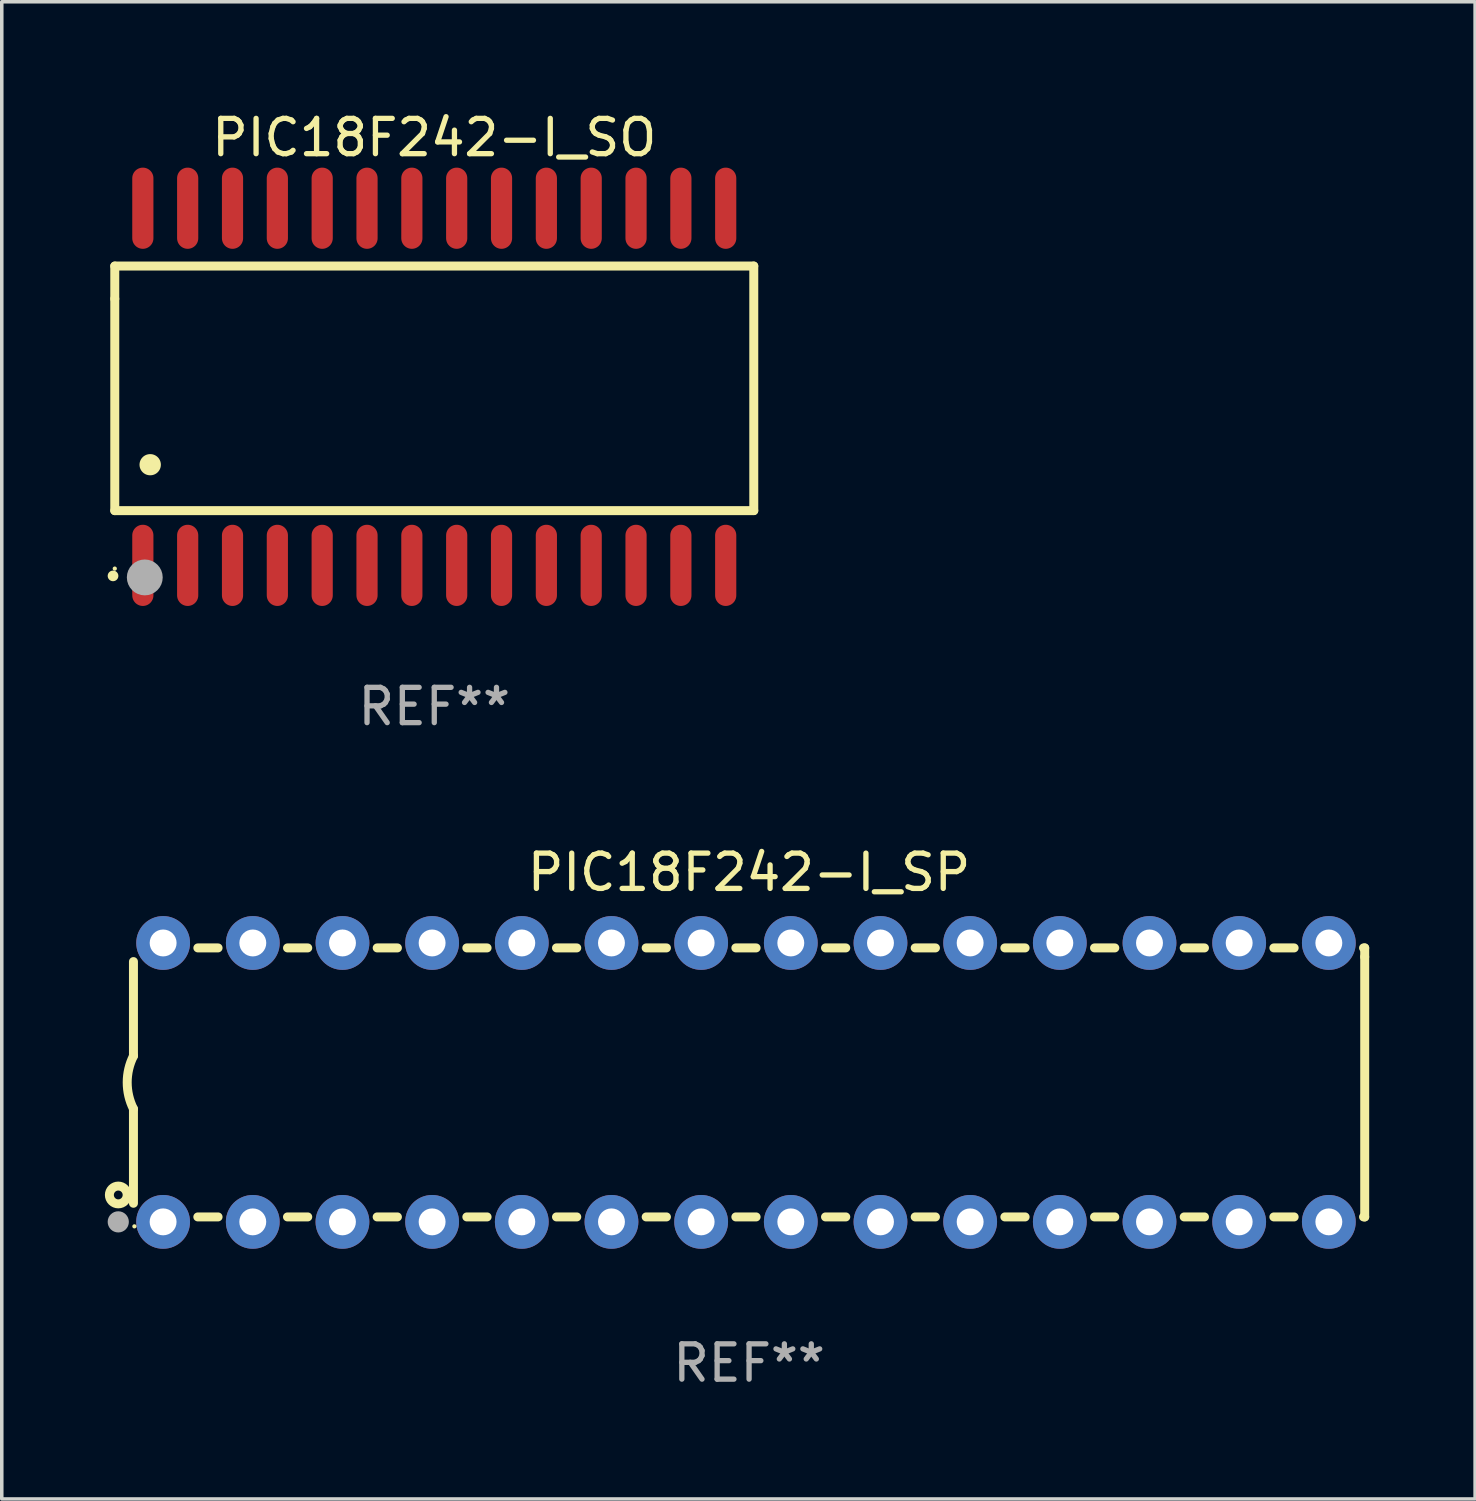
<source format=kicad_pcb>
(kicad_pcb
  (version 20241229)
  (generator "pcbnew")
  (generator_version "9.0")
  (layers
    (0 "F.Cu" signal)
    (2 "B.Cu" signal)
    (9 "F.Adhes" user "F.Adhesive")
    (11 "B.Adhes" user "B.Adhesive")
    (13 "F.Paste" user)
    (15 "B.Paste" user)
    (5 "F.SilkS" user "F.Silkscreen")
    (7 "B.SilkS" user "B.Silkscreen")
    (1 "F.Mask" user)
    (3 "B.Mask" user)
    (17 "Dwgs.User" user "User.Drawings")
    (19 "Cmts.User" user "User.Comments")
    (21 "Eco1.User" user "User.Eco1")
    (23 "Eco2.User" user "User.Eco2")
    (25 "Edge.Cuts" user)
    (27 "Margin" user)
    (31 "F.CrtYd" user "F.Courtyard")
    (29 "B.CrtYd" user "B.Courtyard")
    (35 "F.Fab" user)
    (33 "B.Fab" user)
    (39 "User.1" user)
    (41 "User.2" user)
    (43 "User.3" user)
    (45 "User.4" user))
  (footprint "PIC18F242-I_SP"
    (layer "F.Cu")
    (at 18.168 27.61)
    (property "Reference" "PIC18F242-I_SP" (at 0 -5.95 0) (layer "F.SilkS") (effects (font (size 1 1) (thickness 0.15))))
    (attr through_hole)
    (fp_line (start -17.438 0.75) (end -17.438 3.423) (stroke (width 0.254) (type solid)) (layer "F.SilkS"))
    (fp_line (start -17.438 -3.423) (end -17.438 -0.75) (stroke (width 0.254) (type solid)) (layer "F.SilkS"))
    (fp_line (start -15.615 3.81) (end -15.041 3.81) (stroke (width 0.254) (type solid)) (layer "F.SilkS"))
    (fp_line (start -15.041 -3.81) (end -15.614 -3.81) (stroke (width 0.254) (type solid)) (layer "F.SilkS"))
    (fp_line (start -13.075 3.81) (end -12.501 3.81) (stroke (width 0.254) (type solid)) (layer "F.SilkS"))
    (fp_line (start -12.501 -3.81) (end -13.074 -3.81) (stroke (width 0.254) (type solid)) (layer "F.SilkS"))
    (fp_line (start -10.535 3.81) (end -9.961 3.81) (stroke (width 0.254) (type solid)) (layer "F.SilkS"))
    (fp_line (start -9.961 -3.81) (end -10.534 -3.81) (stroke (width 0.254) (type solid)) (layer "F.SilkS"))
    (fp_line (start -7.995 3.81) (end -7.421 3.81) (stroke (width 0.254) (type solid)) (layer "F.SilkS"))
    (fp_line (start -7.421 -3.81) (end -7.995 -3.81) (stroke (width 0.254) (type solid)) (layer "F.SilkS"))
    (fp_line (start -5.455 3.81) (end -4.881 3.81) (stroke (width 0.254) (type solid)) (layer "F.SilkS"))
    (fp_line (start -4.881 -3.81) (end -5.455 -3.81) (stroke (width 0.254) (type solid)) (layer "F.SilkS"))
    (fp_line (start -2.915 3.81) (end -2.341 3.81) (stroke (width 0.254) (type solid)) (layer "F.SilkS"))
    (fp_line (start -2.341 -3.81) (end -2.915 -3.81) (stroke (width 0.254) (type solid)) (layer "F.SilkS"))
    (fp_line (start -0.375 3.81) (end 0.199 3.81) (stroke (width 0.254) (type solid)) (layer "F.SilkS"))
    (fp_line (start 0.199 -3.81) (end -0.375 -3.81) (stroke (width 0.254) (type solid)) (layer "F.SilkS"))
    (fp_line (start 2.165 3.81) (end 2.739 3.81) (stroke (width 0.254) (type solid)) (layer "F.SilkS"))
    (fp_line (start 2.739 -3.81) (end 2.165 -3.81) (stroke (width 0.254) (type solid)) (layer "F.SilkS"))
    (fp_line (start 4.705 3.81) (end 5.279 3.81) (stroke (width 0.254) (type solid)) (layer "F.SilkS"))
    (fp_line (start 5.279 -3.81) (end 4.705 -3.81) (stroke (width 0.254) (type solid)) (layer "F.SilkS"))
    (fp_line (start 7.245 3.81) (end 7.819 3.81) (stroke (width 0.254) (type solid)) (layer "F.SilkS"))
    (fp_line (start 7.819 -3.81) (end 7.245 -3.81) (stroke (width 0.254) (type solid)) (layer "F.SilkS"))
    (fp_line (start 9.785 3.81) (end 10.359 3.81) (stroke (width 0.254) (type solid)) (layer "F.SilkS"))
    (fp_line (start 10.359 -3.81) (end 9.785 -3.81) (stroke (width 0.254) (type solid)) (layer "F.SilkS"))
    (fp_line (start 12.325 3.81) (end 12.899 3.81) (stroke (width 0.254) (type solid)) (layer "F.SilkS"))
    (fp_line (start 12.899 -3.81) (end 12.325 -3.81) (stroke (width 0.254) (type solid)) (layer "F.SilkS"))
    (fp_line (start 14.865 3.81) (end 15.439 3.81) (stroke (width 0.254) (type solid)) (layer "F.SilkS"))
    (fp_line (start 15.439 -3.81) (end 14.865 -3.81) (stroke (width 0.254) (type solid)) (layer "F.SilkS"))
    (fp_line (start 17.405 3.81) (end 17.438 3.81) (stroke (width 0.254) (type solid)) (layer "F.SilkS"))
    (fp_line (start 17.438 -3.81) (end 17.405 -3.81) (stroke (width 0.254) (type solid)) (layer "F.SilkS"))
    (fp_line (start 17.438 -3.556) (end 17.438 -3.81) (stroke (width 0.254) (type solid)) (layer "F.SilkS"))
    (fp_line (start 17.438 3.81) (end 17.438 -3.556) (stroke (width 0.254) (type solid)) (layer "F.SilkS"))
    (fp_arc (start -17.437986 0.749657) (mid -17.614887 -0.000024) (end -17.437783 -0.749657) (stroke (width 0.254001) (type solid)) (layer "F.SilkS"))
    (fp_circle (center -17.868 3.188) (end -17.743 3.188) (stroke (width 0.254) (type solid)) (fill no) (layer "F.SilkS"))
    (fp_circle (center -17.411 4.077) (end -17.381 4.077) (stroke (width 0.06) (type solid)) (fill no) (layer "F.SilkS"))
    (fp_circle (center -17.868 3.95) (end -17.718 3.95) (stroke (width 0.3) (type solid)) (fill no) (layer "F.Fab"))
    (fp_text user "REF**" (at 0 7.95 0) (layer "F.Fab") (effects (font (size 1 1) (thickness 0.15))))
    (pad "1" thru_hole circle (at -16.598 3.95) (size 1.524 1.524) (drill 0.762) (layers "*.Cu" "*.Mask"))
    (pad "2" thru_hole circle (at -14.058 3.95) (size 1.524 1.524) (drill 0.762) (layers "*.Cu" "*.Mask"))
    (pad "3" thru_hole circle (at -11.518 3.95) (size 1.524 1.524) (drill 0.762) (layers "*.Cu" "*.Mask"))
    (pad "4" thru_hole circle (at -8.978 3.95) (size 1.524 1.524) (drill 0.762) (layers "*.Cu" "*.Mask"))
    (pad "5" thru_hole circle (at -6.438 3.95) (size 1.524 1.524) (drill 0.762) (layers "*.Cu" "*.Mask"))
    (pad "6" thru_hole circle (at -3.898 3.95) (size 1.524 1.524) (drill 0.762) (layers "*.Cu" "*.Mask"))
    (pad "7" thru_hole circle (at -1.358 3.95) (size 1.524 1.524) (drill 0.762) (layers "*.Cu" "*.Mask"))
    (pad "8" thru_hole circle (at 1.182 3.95) (size 1.524 1.524) (drill 0.762) (layers "*.Cu" "*.Mask"))
    (pad "9" thru_hole circle (at 3.722 3.95) (size 1.524 1.524) (drill 0.762) (layers "*.Cu" "*.Mask"))
    (pad "10" thru_hole circle (at 6.262 3.95) (size 1.524 1.524) (drill 0.762) (layers "*.Cu" "*.Mask"))
    (pad "11" thru_hole circle (at 8.802 3.95) (size 1.524 1.524) (drill 0.762) (layers "*.Cu" "*.Mask"))
    (pad "12" thru_hole circle (at 11.342 3.95) (size 1.524 1.524) (drill 0.762) (layers "*.Cu" "*.Mask"))
    (pad "13" thru_hole circle (at 13.882 3.95) (size 1.524 1.524) (drill 0.762) (layers "*.Cu" "*.Mask"))
    (pad "14" thru_hole circle (at 16.422 3.95) (size 1.524 1.524) (drill 0.762) (layers "*.Cu" "*.Mask"))
    (pad "15" thru_hole circle (at 16.422 -3.95) (size 1.524 1.524) (drill 0.762) (layers "*.Cu" "*.Mask"))
    (pad "16" thru_hole circle (at 13.882 -3.95) (size 1.524 1.524) (drill 0.762) (layers "*.Cu" "*.Mask"))
    (pad "17" thru_hole circle (at 11.342 -3.95) (size 1.524 1.524) (drill 0.762) (layers "*.Cu" "*.Mask"))
    (pad "18" thru_hole circle (at 8.802 -3.95) (size 1.524 1.524) (drill 0.762) (layers "*.Cu" "*.Mask"))
    (pad "19" thru_hole circle (at 6.262 -3.95) (size 1.524 1.524) (drill 0.762) (layers "*.Cu" "*.Mask"))
    (pad "20" thru_hole circle (at 3.722 -3.95) (size 1.524 1.524) (drill 0.762) (layers "*.Cu" "*.Mask"))
    (pad "21" thru_hole circle (at 1.182 -3.95) (size 1.524 1.524) (drill 0.762) (layers "*.Cu" "*.Mask"))
    (pad "22" thru_hole circle (at -1.358 -3.95) (size 1.524 1.524) (drill 0.762) (layers "*.Cu" "*.Mask"))
    (pad "23" thru_hole circle (at -3.898 -3.95) (size 1.524 1.524) (drill 0.762) (layers "*.Cu" "*.Mask"))
    (pad "24" thru_hole circle (at -6.438 -3.95) (size 1.524 1.524) (drill 0.762) (layers "*.Cu" "*.Mask"))
    (pad "25" thru_hole circle (at -8.978 -3.95) (size 1.524 1.524) (drill 0.762) (layers "*.Cu" "*.Mask"))
    (pad "26" thru_hole circle (at -11.517 -3.95) (size 1.524 1.524) (drill 0.762) (layers "*.Cu" "*.Mask"))
    (pad "27" thru_hole circle (at -14.057 -3.95) (size 1.524 1.524) (drill 0.762) (layers "*.Cu" "*.Mask"))
    (pad "28" thru_hole circle (at -16.597 -3.95) (size 1.524 1.524) (drill 0.762) (layers "*.Cu" "*.Mask")))
  (footprint "PIC18F242-I_SO"
    (layer "F.Cu")
    (at 9.251 7.906)
    (property "Reference" "PIC18F242-I_SO" (at 0 -7.058 0) (layer "F.SilkS") (effects (font (size 1 1) (thickness 0.15))))
    (attr through_hole)
    (fp_line (start -9.05 -3.42) (end 9.05 -3.42) (stroke (width 0.254) (type solid)) (layer "F.SilkS"))
    (fp_line (start -9.05 -2.492) (end -9.05 -3.42) (stroke (width 0.254) (type solid)) (layer "F.SilkS"))
    (fp_line (start -9.05 3.508) (end -9.05 -2.492) (stroke (width 0.254) (type solid)) (layer "F.SilkS"))
    (fp_line (start 9.05 -3.42) (end 9.05 3.508) (stroke (width 0.254) (type solid)) (layer "F.SilkS"))
    (fp_line (start 9.05 3.508) (end -9.05 3.508) (stroke (width 0.254) (type solid)) (layer "F.SilkS"))
    (fp_arc (start -9.100838 5.35649) (mid -9.099568 5.356485) (end -9.098298 5.35649) (stroke (width 0.3) (type solid)) (layer "F.SilkS"))
    (fp_arc (start -8.049276 2.206883) (mid -8.046736 2.206872) (end -8.044196 2.206883) (stroke (width 0.6) (type solid)) (layer "F.SilkS"))
    (fp_circle (center -9.05 5.15) (end -9.02 5.15) (stroke (width 0.06) (type solid)) (fill no) (layer "F.SilkS"))
    (fp_circle (center -8.2 5.4) (end -7.946 5.4) (stroke (width 0.508) (type solid)) (fill no) (layer "F.Fab"))
    (fp_text user "REF**" (at 0 9.058 0) (layer "F.Fab") (effects (font (size 1 1) (thickness 0.15))))
    (pad "1" smd oval (at -8.255 5.058 180) (size 0.6 2.3) (layers "F.Cu" "F.Mask" "F.Paste"))
    (pad "2" smd oval (at -6.985 5.058 180) (size 0.6 2.3) (layers "F.Cu" "F.Mask" "F.Paste"))
    (pad "3" smd oval (at -5.715 5.058 180) (size 0.6 2.3) (layers "F.Cu" "F.Mask" "F.Paste"))
    (pad "4" smd oval (at -4.445 5.058 180) (size 0.6 2.3) (layers "F.Cu" "F.Mask" "F.Paste"))
    (pad "5" smd oval (at -3.175 5.058 180) (size 0.6 2.3) (layers "F.Cu" "F.Mask" "F.Paste"))
    (pad "6" smd oval (at -1.905 5.058 180) (size 0.6 2.3) (layers "F.Cu" "F.Mask" "F.Paste"))
    (pad "7" smd oval (at -0.635 5.058 180) (size 0.6 2.3) (layers "F.Cu" "F.Mask" "F.Paste"))
    (pad "8" smd oval (at 0.635 5.058 180) (size 0.6 2.3) (layers "F.Cu" "F.Mask" "F.Paste"))
    (pad "9" smd oval (at 1.905 5.058 180) (size 0.6 2.3) (layers "F.Cu" "F.Mask" "F.Paste"))
    (pad "10" smd oval (at 3.175 5.058 180) (size 0.6 2.3) (layers "F.Cu" "F.Mask" "F.Paste"))
    (pad "11" smd oval (at 4.445 5.058 180) (size 0.6 2.3) (layers "F.Cu" "F.Mask" "F.Paste"))
    (pad "12" smd oval (at 5.715 5.058 180) (size 0.6 2.3) (layers "F.Cu" "F.Mask" "F.Paste"))
    (pad "13" smd oval (at 6.985 5.058 180) (size 0.6 2.3) (layers "F.Cu" "F.Mask" "F.Paste"))
    (pad "14" smd oval (at 8.255 5.058 180) (size 0.6 2.3) (layers "F.Cu" "F.Mask" "F.Paste"))
    (pad "15" smd oval (at 8.255 -5.058 180) (size 0.6 2.3) (layers "F.Cu" "F.Mask" "F.Paste"))
    (pad "16" smd oval (at 6.985 -5.058 180) (size 0.6 2.3) (layers "F.Cu" "F.Mask" "F.Paste"))
    (pad "17" smd oval (at 5.715 -5.058 180) (size 0.6 2.3) (layers "F.Cu" "F.Mask" "F.Paste"))
    (pad "18" smd oval (at 4.445 -5.058 180) (size 0.6 2.3) (layers "F.Cu" "F.Mask" "F.Paste"))
    (pad "19" smd oval (at 3.175 -5.058 180) (size 0.6 2.3) (layers "F.Cu" "F.Mask" "F.Paste"))
    (pad "20" smd oval (at 1.905 -5.058 180) (size 0.6 2.3) (layers "F.Cu" "F.Mask" "F.Paste"))
    (pad "21" smd oval (at 0.635 -5.058 180) (size 0.6 2.3) (layers "F.Cu" "F.Mask" "F.Paste"))
    (pad "22" smd oval (at -0.635 -5.058 180) (size 0.6 2.3) (layers "F.Cu" "F.Mask" "F.Paste"))
    (pad "23" smd oval (at -1.905 -5.058 180) (size 0.6 2.3) (layers "F.Cu" "F.Mask" "F.Paste"))
    (pad "24" smd oval (at -3.175 -5.058 180) (size 0.6 2.3) (layers "F.Cu" "F.Mask" "F.Paste"))
    (pad "25" smd oval (at -4.445 -5.058 180) (size 0.6 2.3) (layers "F.Cu" "F.Mask" "F.Paste"))
    (pad "26" smd oval (at -5.715 -5.058 180) (size 0.6 2.3) (layers "F.Cu" "F.Mask" "F.Paste"))
    (pad "27" smd oval (at -6.985 -5.058 180) (size 0.6 2.3) (layers "F.Cu" "F.Mask" "F.Paste"))
    (pad "28" smd oval (at -8.255 -5.058 180) (size 0.6 2.3) (layers "F.Cu" "F.Mask" "F.Paste")))
  (gr_rect
    (start -3 -3)
    (end 38.733 39.408)
    (stroke (width 0.1) (type default))
    (fill no)
    (layer "Edge.Cuts")))
</source>
